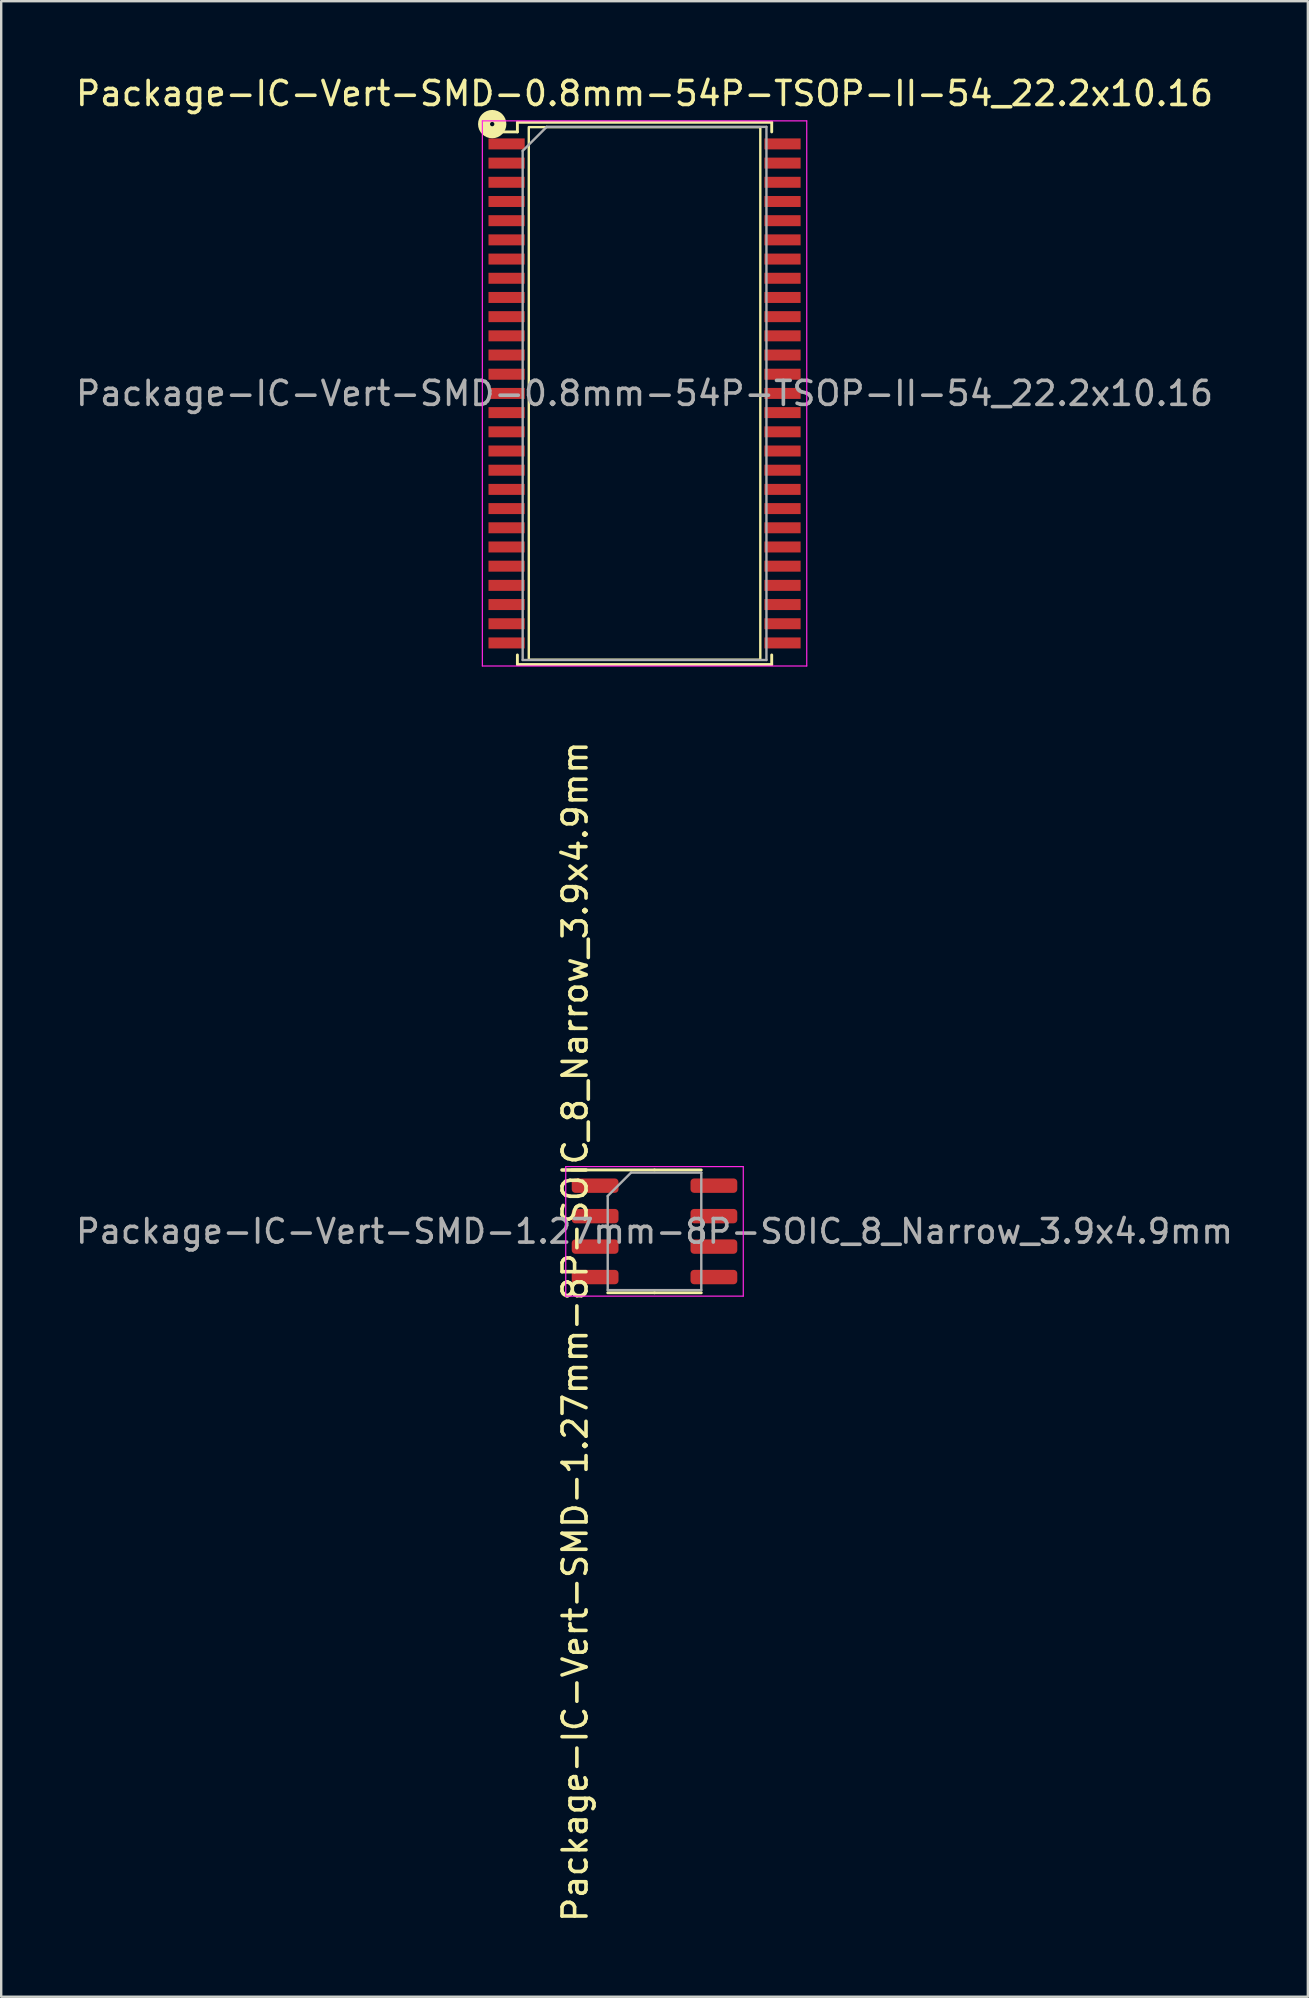
<source format=kicad_pcb>
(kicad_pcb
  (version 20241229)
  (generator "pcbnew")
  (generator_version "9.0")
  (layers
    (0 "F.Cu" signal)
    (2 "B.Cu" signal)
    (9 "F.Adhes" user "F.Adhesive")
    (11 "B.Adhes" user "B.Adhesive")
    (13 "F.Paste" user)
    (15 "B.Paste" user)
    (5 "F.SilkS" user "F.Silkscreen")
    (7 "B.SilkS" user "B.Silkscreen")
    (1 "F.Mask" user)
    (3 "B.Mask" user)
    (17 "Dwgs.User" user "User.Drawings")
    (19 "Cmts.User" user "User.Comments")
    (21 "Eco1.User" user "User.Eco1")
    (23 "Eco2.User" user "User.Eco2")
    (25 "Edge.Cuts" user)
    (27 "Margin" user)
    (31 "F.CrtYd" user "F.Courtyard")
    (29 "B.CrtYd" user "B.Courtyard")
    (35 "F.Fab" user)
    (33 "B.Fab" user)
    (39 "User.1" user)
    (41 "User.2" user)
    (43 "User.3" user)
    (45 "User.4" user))
  (footprint "Package-IC-Vert-SMD-0.8mm-54P-TSOP-II-54_22.2x10.16"
    (layer "F.Cu")
    (at 23.815 13.348)
    (property "Reference" "Package-IC-Vert-SMD-0.8mm-54P-TSOP-II-54_22.2x10.16" (at 0 -12.5 0) (layer "F.SilkS") (effects (font (size 1 1) (thickness 0.15))))
    (attr smd)
    (fp_line (start -6.5 -10.9) (end -5.3 -10.9) (stroke (width 0.12) (type solid)) (layer "F.SilkS"))
    (fp_line (start -5.3 -11.3) (end 5.3 -11.3) (stroke (width 0.12) (type solid)) (layer "F.SilkS"))
    (fp_line (start -5.3 -10.9) (end -5.3 -11.3) (stroke (width 0.12) (type solid)) (layer "F.SilkS"))
    (fp_line (start -5.3 10.9) (end -5.3 11.3) (stroke (width 0.12) (type solid)) (layer "F.SilkS"))
    (fp_line (start -5.3 11.3) (end 5.3 11.3) (stroke (width 0.12) (type solid)) (layer "F.SilkS"))
    (fp_line (start 5.3 -11.3) (end 5.3 -10.9) (stroke (width 0.12) (type solid)) (layer "F.SilkS"))
    (fp_line (start 5.3 10.9) (end 5.3 11.3) (stroke (width 0.12) (type solid)) (layer "F.SilkS"))
    (fp_rect (start -4.825 -11.1) (end 4.825 11.1) (stroke (width 0.1) (type default)) (fill no) (layer "F.SilkS"))
    (fp_circle (center -6.35 -11.225) (end -6.26 -11.225) (stroke (width 0.5) (type default)) (fill no) (layer "F.SilkS"))
    (fp_line (start -6.76 -11.36) (end -6.76 11.36) (stroke (width 0.05) (type solid)) (layer "F.CrtYd"))
    (fp_line (start -6.76 -11.36) (end 6.76 -11.36) (stroke (width 0.05) (type solid)) (layer "F.CrtYd"))
    (fp_line (start 6.76 -11.36) (end 6.76 11.36) (stroke (width 0.05) (type solid)) (layer "F.CrtYd"))
    (fp_line (start 6.76 11.36) (end -6.76 11.36) (stroke (width 0.05) (type solid)) (layer "F.CrtYd"))
    (fp_line (start -5.08 11.11) (end -5.08 -10.11) (stroke (width 0.1) (type solid)) (layer "F.Fab"))
    (fp_line (start -4.08 -11.11) (end -5.08 -10.11) (stroke (width 0.1) (type solid)) (layer "F.Fab"))
    (fp_line (start -4.08 -11.11) (end 5.08 -11.11) (stroke (width 0.1) (type solid)) (layer "F.Fab"))
    (fp_line (start 5.08 -11.11) (end 5.08 11.11) (stroke (width 0.1) (type solid)) (layer "F.Fab"))
    (fp_line (start 5.08 11.11) (end -5.08 11.11) (stroke (width 0.1) (type solid)) (layer "F.Fab"))
    (fp_text user "${REFERENCE}" (at 0 0 0) (layer "F.Fab") (effects (font (size 1 1) (thickness 0.15))))
    (pad "1" smd rect (at -5.75 -10.4) (size 1.51 0.458) (layers "F.Cu" "F.Mask" "F.Paste"))
    (pad "2" smd rect (at -5.75 -9.6) (size 1.51 0.458) (layers "F.Cu" "F.Mask" "F.Paste"))
    (pad "3" smd rect (at -5.75 -8.8) (size 1.51 0.458) (layers "F.Cu" "F.Mask" "F.Paste"))
    (pad "4" smd rect (at -5.75 -8) (size 1.51 0.458) (layers "F.Cu" "F.Mask" "F.Paste"))
    (pad "5" smd rect (at -5.75 -7.2) (size 1.51 0.458) (layers "F.Cu" "F.Mask" "F.Paste"))
    (pad "6" smd rect (at -5.75 -6.4) (size 1.51 0.458) (layers "F.Cu" "F.Mask" "F.Paste"))
    (pad "7" smd rect (at -5.75 -5.6) (size 1.51 0.458) (layers "F.Cu" "F.Mask" "F.Paste"))
    (pad "8" smd rect (at -5.75 -4.8) (size 1.51 0.458) (layers "F.Cu" "F.Mask" "F.Paste"))
    (pad "9" smd rect (at -5.75 -4) (size 1.51 0.458) (layers "F.Cu" "F.Mask" "F.Paste"))
    (pad "10" smd rect (at -5.75 -3.2) (size 1.51 0.458) (layers "F.Cu" "F.Mask" "F.Paste"))
    (pad "11" smd rect (at -5.75 -2.4) (size 1.51 0.458) (layers "F.Cu" "F.Mask" "F.Paste"))
    (pad "12" smd rect (at -5.75 -1.6) (size 1.51 0.458) (layers "F.Cu" "F.Mask" "F.Paste"))
    (pad "13" smd rect (at -5.75 -0.8) (size 1.51 0.458) (layers "F.Cu" "F.Mask" "F.Paste"))
    (pad "14" smd rect (at -5.75 0) (size 1.51 0.458) (layers "F.Cu" "F.Mask" "F.Paste"))
    (pad "15" smd rect (at -5.75 0.8) (size 1.51 0.458) (layers "F.Cu" "F.Mask" "F.Paste"))
    (pad "16" smd rect (at -5.75 1.6) (size 1.51 0.458) (layers "F.Cu" "F.Mask" "F.Paste"))
    (pad "17" smd rect (at -5.75 2.4) (size 1.51 0.458) (layers "F.Cu" "F.Mask" "F.Paste"))
    (pad "18" smd rect (at -5.75 3.2) (size 1.51 0.458) (layers "F.Cu" "F.Mask" "F.Paste"))
    (pad "19" smd rect (at -5.75 4) (size 1.51 0.458) (layers "F.Cu" "F.Mask" "F.Paste"))
    (pad "20" smd rect (at -5.75 4.8) (size 1.51 0.458) (layers "F.Cu" "F.Mask" "F.Paste"))
    (pad "21" smd rect (at -5.75 5.6) (size 1.51 0.458) (layers "F.Cu" "F.Mask" "F.Paste"))
    (pad "22" smd rect (at -5.75 6.4) (size 1.51 0.458) (layers "F.Cu" "F.Mask" "F.Paste"))
    (pad "23" smd rect (at -5.75 7.2) (size 1.51 0.458) (layers "F.Cu" "F.Mask" "F.Paste"))
    (pad "24" smd rect (at -5.75 8) (size 1.51 0.458) (layers "F.Cu" "F.Mask" "F.Paste"))
    (pad "25" smd rect (at -5.75 8.8) (size 1.51 0.458) (layers "F.Cu" "F.Mask" "F.Paste"))
    (pad "26" smd rect (at -5.75 9.6) (size 1.51 0.458) (layers "F.Cu" "F.Mask" "F.Paste"))
    (pad "27" smd rect (at -5.75 10.4) (size 1.51 0.458) (layers "F.Cu" "F.Mask" "F.Paste"))
    (pad "28" smd rect (at 5.75 10.4) (size 1.51 0.458) (layers "F.Cu" "F.Mask" "F.Paste"))
    (pad "29" smd rect (at 5.75 9.6) (size 1.51 0.458) (layers "F.Cu" "F.Mask" "F.Paste"))
    (pad "30" smd rect (at 5.75 8.8) (size 1.51 0.458) (layers "F.Cu" "F.Mask" "F.Paste"))
    (pad "31" smd rect (at 5.75 8) (size 1.51 0.458) (layers "F.Cu" "F.Mask" "F.Paste"))
    (pad "32" smd rect (at 5.75 7.2) (size 1.51 0.458) (layers "F.Cu" "F.Mask" "F.Paste"))
    (pad "33" smd rect (at 5.75 6.4) (size 1.51 0.458) (layers "F.Cu" "F.Mask" "F.Paste"))
    (pad "34" smd rect (at 5.75 5.6) (size 1.51 0.458) (layers "F.Cu" "F.Mask" "F.Paste"))
    (pad "35" smd rect (at 5.75 4.8) (size 1.51 0.458) (layers "F.Cu" "F.Mask" "F.Paste"))
    (pad "36" smd rect (at 5.75 4) (size 1.51 0.458) (layers "F.Cu" "F.Mask" "F.Paste"))
    (pad "37" smd rect (at 5.75 3.2) (size 1.51 0.458) (layers "F.Cu" "F.Mask" "F.Paste"))
    (pad "38" smd rect (at 5.75 2.4) (size 1.51 0.458) (layers "F.Cu" "F.Mask" "F.Paste"))
    (pad "39" smd rect (at 5.75 1.6) (size 1.51 0.458) (layers "F.Cu" "F.Mask" "F.Paste"))
    (pad "40" smd rect (at 5.75 0.8) (size 1.51 0.458) (layers "F.Cu" "F.Mask" "F.Paste"))
    (pad "41" smd rect (at 5.75 0) (size 1.51 0.458) (layers "F.Cu" "F.Mask" "F.Paste"))
    (pad "42" smd rect (at 5.75 -0.8) (size 1.51 0.458) (layers "F.Cu" "F.Mask" "F.Paste"))
    (pad "43" smd rect (at 5.75 -1.6) (size 1.51 0.458) (layers "F.Cu" "F.Mask" "F.Paste"))
    (pad "44" smd rect (at 5.75 -2.4) (size 1.51 0.458) (layers "F.Cu" "F.Mask" "F.Paste"))
    (pad "45" smd rect (at 5.75 -3.2) (size 1.51 0.458) (layers "F.Cu" "F.Mask" "F.Paste"))
    (pad "46" smd rect (at 5.75 -4) (size 1.51 0.458) (layers "F.Cu" "F.Mask" "F.Paste"))
    (pad "47" smd rect (at 5.75 -4.8) (size 1.51 0.458) (layers "F.Cu" "F.Mask" "F.Paste"))
    (pad "48" smd rect (at 5.75 -5.6) (size 1.51 0.458) (layers "F.Cu" "F.Mask" "F.Paste"))
    (pad "49" smd rect (at 5.75 -6.4) (size 1.51 0.458) (layers "F.Cu" "F.Mask" "F.Paste"))
    (pad "50" smd rect (at 5.75 -7.2) (size 1.51 0.458) (layers "F.Cu" "F.Mask" "F.Paste"))
    (pad "51" smd rect (at 5.75 -8) (size 1.51 0.458) (layers "F.Cu" "F.Mask" "F.Paste"))
    (pad "52" smd rect (at 5.75 -8.8) (size 1.51 0.458) (layers "F.Cu" "F.Mask" "F.Paste"))
    (pad "53" smd rect (at 5.75 -9.6) (size 1.51 0.458) (layers "F.Cu" "F.Mask" "F.Paste"))
    (pad "54" smd rect (at 5.75 -10.4) (size 1.51 0.458) (layers "F.Cu" "F.Mask" "F.Paste")))
  (footprint "Package-IC-Vert-SMD-1.27mm-8P-SOIC_8_Narrow_3.9x4.9mm"
    (layer "F.Cu")
    (at 24.23 48.273)
    (property "Reference" "Package-IC-Vert-SMD-1.27mm-8P-SOIC_8_Narrow_3.9x4.9mm" (at -3.31 4.18 270) (layer "F.SilkS") (effects (font (size 1 1) (thickness 0.15))))
    (attr smd)
    (fp_line (start 0 -2.56) (end -3.45 -2.56) (stroke (width 0.12) (type solid)) (layer "F.SilkS"))
    (fp_line (start 0 -2.56) (end 1.95 -2.56) (stroke (width 0.12) (type solid)) (layer "F.SilkS"))
    (fp_line (start 0 2.56) (end -1.95 2.56) (stroke (width 0.12) (type solid)) (layer "F.SilkS"))
    (fp_line (start 0 2.56) (end 1.95 2.56) (stroke (width 0.12) (type solid)) (layer "F.SilkS"))
    (fp_line (start -3.7 -2.7) (end -3.7 2.7) (stroke (width 0.05) (type solid)) (layer "F.CrtYd"))
    (fp_line (start -3.7 2.7) (end 3.7 2.7) (stroke (width 0.05) (type solid)) (layer "F.CrtYd"))
    (fp_line (start 3.7 -2.7) (end -3.7 -2.7) (stroke (width 0.05) (type solid)) (layer "F.CrtYd"))
    (fp_line (start 3.7 2.7) (end 3.7 -2.7) (stroke (width 0.05) (type solid)) (layer "F.CrtYd"))
    (fp_line (start -1.95 -1.475) (end -0.975 -2.45) (stroke (width 0.1) (type solid)) (layer "F.Fab"))
    (fp_line (start -1.95 2.45) (end -1.95 -1.475) (stroke (width 0.1) (type solid)) (layer "F.Fab"))
    (fp_line (start -0.975 -2.45) (end 1.95 -2.45) (stroke (width 0.1) (type solid)) (layer "F.Fab"))
    (fp_line (start 1.95 -2.45) (end 1.95 2.45) (stroke (width 0.1) (type solid)) (layer "F.Fab"))
    (fp_line (start 1.95 2.45) (end -1.95 2.45) (stroke (width 0.1) (type solid)) (layer "F.Fab"))
    (fp_text user "${REFERENCE}" (at 0 0 180) (layer "F.Fab") (effects (font (size 0.98 0.98) (thickness 0.15))))
    (pad "1" smd roundrect (at -2.475 -1.905) (size 1.95 0.6) (layers "F.Cu" "F.Mask" "F.Paste") (roundrect_rratio 0.25))
    (pad "2" smd roundrect (at -2.475 -0.635) (size 1.95 0.6) (layers "F.Cu" "F.Mask" "F.Paste") (roundrect_rratio 0.25))
    (pad "3" smd roundrect (at -2.475 0.635) (size 1.95 0.6) (layers "F.Cu" "F.Mask" "F.Paste") (roundrect_rratio 0.25))
    (pad "4" smd roundrect (at -2.475 1.905) (size 1.95 0.6) (layers "F.Cu" "F.Mask" "F.Paste") (roundrect_rratio 0.25))
    (pad "5" smd roundrect (at 2.475 1.905) (size 1.95 0.6) (layers "F.Cu" "F.Mask" "F.Paste") (roundrect_rratio 0.25))
    (pad "6" smd roundrect (at 2.475 0.635) (size 1.95 0.6) (layers "F.Cu" "F.Mask" "F.Paste") (roundrect_rratio 0.25))
    (pad "7" smd roundrect (at 2.475 -0.635) (size 1.95 0.6) (layers "F.Cu" "F.Mask" "F.Paste") (roundrect_rratio 0.25))
    (pad "8" smd roundrect (at 2.475 -1.905) (size 1.95 0.6) (layers "F.Cu" "F.Mask" "F.Paste") (roundrect_rratio 0.25)))
  (gr_rect
    (start -3 -3)
    (end 51.461 80.174)
    (stroke (width 0.1) (type default))
    (fill no)
    (layer "Edge.Cuts")))
</source>
